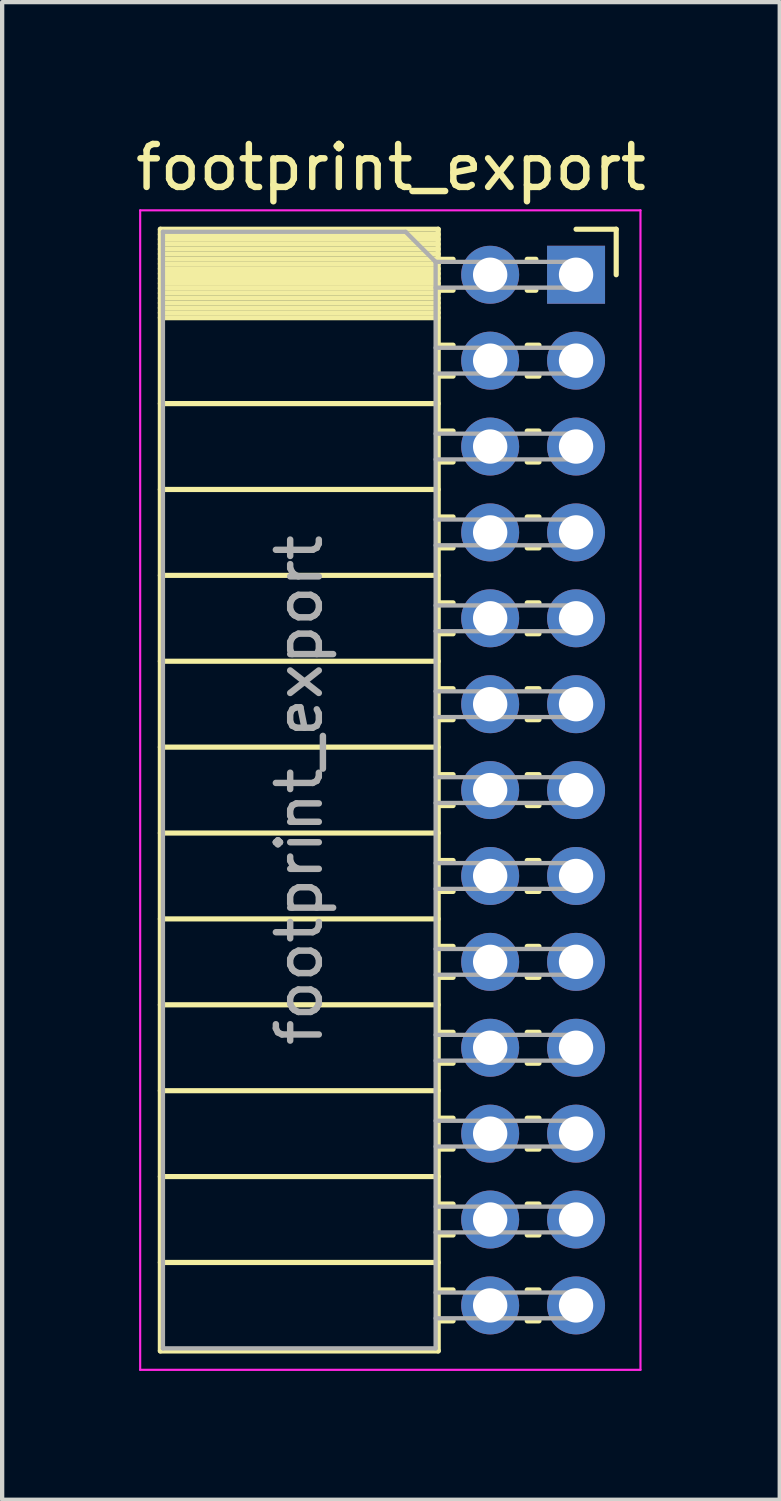
<source format=kicad_pcb>
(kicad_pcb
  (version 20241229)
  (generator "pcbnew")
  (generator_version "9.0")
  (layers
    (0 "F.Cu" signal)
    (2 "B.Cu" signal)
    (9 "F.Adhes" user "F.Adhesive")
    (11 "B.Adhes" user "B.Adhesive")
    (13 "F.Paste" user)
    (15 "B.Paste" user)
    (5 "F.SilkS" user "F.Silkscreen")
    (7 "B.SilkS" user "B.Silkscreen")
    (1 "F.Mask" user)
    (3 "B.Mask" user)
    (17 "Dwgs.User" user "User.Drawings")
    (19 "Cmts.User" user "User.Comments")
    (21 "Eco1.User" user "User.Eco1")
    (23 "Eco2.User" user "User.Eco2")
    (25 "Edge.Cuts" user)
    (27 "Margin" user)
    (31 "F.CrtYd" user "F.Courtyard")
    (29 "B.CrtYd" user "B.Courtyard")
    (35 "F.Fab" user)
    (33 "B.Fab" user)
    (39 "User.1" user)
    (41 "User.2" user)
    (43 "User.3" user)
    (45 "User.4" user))
  (footprint "footprint_export"
    (layer "F.Cu")
    (at 10.364 3.348)
    (property "Reference" "footprint_export" (at -4.31 -2.5 0) (layer "F.SilkS") (effects (font (size 1 1) (thickness 0.15))))
    (attr through_hole)
    (fp_line (start -9.68 -1.06) (end -9.68 25.06) (stroke (width 0.12) (type solid)) (layer "F.SilkS"))
    (fp_line (start -9.68 -1.06) (end -3.21 -1.06) (stroke (width 0.12) (type solid)) (layer "F.SilkS"))
    (fp_line (start -9.68 -0.94) (end -3.21 -0.94) (stroke (width 0.12) (type solid)) (layer "F.SilkS"))
    (fp_line (start -9.68 -0.826) (end -3.21 -0.826) (stroke (width 0.12) (type solid)) (layer "F.SilkS"))
    (fp_line (start -9.68 -0.712) (end -3.21 -0.712) (stroke (width 0.12) (type solid)) (layer "F.SilkS"))
    (fp_line (start -9.68 -0.598) (end -3.21 -0.598) (stroke (width 0.12) (type solid)) (layer "F.SilkS"))
    (fp_line (start -9.68 -0.484) (end -3.21 -0.484) (stroke (width 0.12) (type solid)) (layer "F.SilkS"))
    (fp_line (start -9.68 -0.369) (end -3.21 -0.369) (stroke (width 0.12) (type solid)) (layer "F.SilkS"))
    (fp_line (start -9.68 -0.255) (end -3.21 -0.255) (stroke (width 0.12) (type solid)) (layer "F.SilkS"))
    (fp_line (start -9.68 -0.141) (end -3.21 -0.141) (stroke (width 0.12) (type solid)) (layer "F.SilkS"))
    (fp_line (start -9.68 -0.027) (end -3.21 -0.027) (stroke (width 0.12) (type solid)) (layer "F.SilkS"))
    (fp_line (start -9.68 0.087) (end -3.21 0.087) (stroke (width 0.12) (type solid)) (layer "F.SilkS"))
    (fp_line (start -9.68 0.201) (end -3.21 0.201) (stroke (width 0.12) (type solid)) (layer "F.SilkS"))
    (fp_line (start -9.68 0.315) (end -3.21 0.315) (stroke (width 0.12) (type solid)) (layer "F.SilkS"))
    (fp_line (start -9.68 0.429) (end -3.21 0.429) (stroke (width 0.12) (type solid)) (layer "F.SilkS"))
    (fp_line (start -9.68 0.544) (end -3.21 0.544) (stroke (width 0.12) (type solid)) (layer "F.SilkS"))
    (fp_line (start -9.68 0.658) (end -3.21 0.658) (stroke (width 0.12) (type solid)) (layer "F.SilkS"))
    (fp_line (start -9.68 0.772) (end -3.21 0.772) (stroke (width 0.12) (type solid)) (layer "F.SilkS"))
    (fp_line (start -9.68 0.886) (end -3.21 0.886) (stroke (width 0.12) (type solid)) (layer "F.SilkS"))
    (fp_line (start -9.68 1) (end -3.21 1) (stroke (width 0.12) (type solid)) (layer "F.SilkS"))
    (fp_line (start -9.68 3) (end -3.21 3) (stroke (width 0.12) (type solid)) (layer "F.SilkS"))
    (fp_line (start -9.68 5) (end -3.21 5) (stroke (width 0.12) (type solid)) (layer "F.SilkS"))
    (fp_line (start -9.68 7) (end -3.21 7) (stroke (width 0.12) (type solid)) (layer "F.SilkS"))
    (fp_line (start -9.68 9) (end -3.21 9) (stroke (width 0.12) (type solid)) (layer "F.SilkS"))
    (fp_line (start -9.68 11) (end -3.21 11) (stroke (width 0.12) (type solid)) (layer "F.SilkS"))
    (fp_line (start -9.68 13) (end -3.21 13) (stroke (width 0.12) (type solid)) (layer "F.SilkS"))
    (fp_line (start -9.68 15) (end -3.21 15) (stroke (width 0.12) (type solid)) (layer "F.SilkS"))
    (fp_line (start -9.68 17) (end -3.21 17) (stroke (width 0.12) (type solid)) (layer "F.SilkS"))
    (fp_line (start -9.68 19) (end -3.21 19) (stroke (width 0.12) (type solid)) (layer "F.SilkS"))
    (fp_line (start -9.68 21) (end -3.21 21) (stroke (width 0.12) (type solid)) (layer "F.SilkS"))
    (fp_line (start -9.68 23) (end -3.21 23) (stroke (width 0.12) (type solid)) (layer "F.SilkS"))
    (fp_line (start -9.68 25.06) (end -3.21 25.06) (stroke (width 0.12) (type solid)) (layer "F.SilkS"))
    (fp_line (start -3.21 -1.06) (end -3.21 25.06) (stroke (width 0.12) (type solid)) (layer "F.SilkS"))
    (fp_line (start -3.21 -0.36) (end -2.863 -0.36) (stroke (width 0.12) (type solid)) (layer "F.SilkS"))
    (fp_line (start -3.21 0.36) (end -2.863 0.36) (stroke (width 0.12) (type solid)) (layer "F.SilkS"))
    (fp_line (start -3.21 1.64) (end -2.863 1.64) (stroke (width 0.12) (type solid)) (layer "F.SilkS"))
    (fp_line (start -3.21 2.36) (end -2.863 2.36) (stroke (width 0.12) (type solid)) (layer "F.SilkS"))
    (fp_line (start -3.21 3.64) (end -2.863 3.64) (stroke (width 0.12) (type solid)) (layer "F.SilkS"))
    (fp_line (start -3.21 4.36) (end -2.863 4.36) (stroke (width 0.12) (type solid)) (layer "F.SilkS"))
    (fp_line (start -3.21 5.64) (end -2.863 5.64) (stroke (width 0.12) (type solid)) (layer "F.SilkS"))
    (fp_line (start -3.21 6.36) (end -2.863 6.36) (stroke (width 0.12) (type solid)) (layer "F.SilkS"))
    (fp_line (start -3.21 7.64) (end -2.863 7.64) (stroke (width 0.12) (type solid)) (layer "F.SilkS"))
    (fp_line (start -3.21 8.36) (end -2.863 8.36) (stroke (width 0.12) (type solid)) (layer "F.SilkS"))
    (fp_line (start -3.21 9.64) (end -2.863 9.64) (stroke (width 0.12) (type solid)) (layer "F.SilkS"))
    (fp_line (start -3.21 10.36) (end -2.863 10.36) (stroke (width 0.12) (type solid)) (layer "F.SilkS"))
    (fp_line (start -3.21 11.64) (end -2.863 11.64) (stroke (width 0.12) (type solid)) (layer "F.SilkS"))
    (fp_line (start -3.21 12.36) (end -2.863 12.36) (stroke (width 0.12) (type solid)) (layer "F.SilkS"))
    (fp_line (start -3.21 13.64) (end -2.863 13.64) (stroke (width 0.12) (type solid)) (layer "F.SilkS"))
    (fp_line (start -3.21 14.36) (end -2.863 14.36) (stroke (width 0.12) (type solid)) (layer "F.SilkS"))
    (fp_line (start -3.21 15.64) (end -2.863 15.64) (stroke (width 0.12) (type solid)) (layer "F.SilkS"))
    (fp_line (start -3.21 16.36) (end -2.863 16.36) (stroke (width 0.12) (type solid)) (layer "F.SilkS"))
    (fp_line (start -3.21 17.64) (end -2.863 17.64) (stroke (width 0.12) (type solid)) (layer "F.SilkS"))
    (fp_line (start -3.21 18.36) (end -2.863 18.36) (stroke (width 0.12) (type solid)) (layer "F.SilkS"))
    (fp_line (start -3.21 19.64) (end -2.863 19.64) (stroke (width 0.12) (type solid)) (layer "F.SilkS"))
    (fp_line (start -3.21 20.36) (end -2.863 20.36) (stroke (width 0.12) (type solid)) (layer "F.SilkS"))
    (fp_line (start -3.21 21.64) (end -2.863 21.64) (stroke (width 0.12) (type solid)) (layer "F.SilkS"))
    (fp_line (start -3.21 22.36) (end -2.863 22.36) (stroke (width 0.12) (type solid)) (layer "F.SilkS"))
    (fp_line (start -3.21 23.64) (end -2.863 23.64) (stroke (width 0.12) (type solid)) (layer "F.SilkS"))
    (fp_line (start -3.21 24.36) (end -2.863 24.36) (stroke (width 0.12) (type solid)) (layer "F.SilkS"))
    (fp_line (start -1.137 -0.36) (end -0.935 -0.36) (stroke (width 0.12) (type solid)) (layer "F.SilkS"))
    (fp_line (start -1.137 0.36) (end -0.935 0.36) (stroke (width 0.12) (type solid)) (layer "F.SilkS"))
    (fp_line (start -1.137 1.64) (end -0.863 1.64) (stroke (width 0.12) (type solid)) (layer "F.SilkS"))
    (fp_line (start -1.137 2.36) (end -0.863 2.36) (stroke (width 0.12) (type solid)) (layer "F.SilkS"))
    (fp_line (start -1.137 3.64) (end -0.863 3.64) (stroke (width 0.12) (type solid)) (layer "F.SilkS"))
    (fp_line (start -1.137 4.36) (end -0.863 4.36) (stroke (width 0.12) (type solid)) (layer "F.SilkS"))
    (fp_line (start -1.137 5.64) (end -0.863 5.64) (stroke (width 0.12) (type solid)) (layer "F.SilkS"))
    (fp_line (start -1.137 6.36) (end -0.863 6.36) (stroke (width 0.12) (type solid)) (layer "F.SilkS"))
    (fp_line (start -1.137 7.64) (end -0.863 7.64) (stroke (width 0.12) (type solid)) (layer "F.SilkS"))
    (fp_line (start -1.137 8.36) (end -0.863 8.36) (stroke (width 0.12) (type solid)) (layer "F.SilkS"))
    (fp_line (start -1.137 9.64) (end -0.863 9.64) (stroke (width 0.12) (type solid)) (layer "F.SilkS"))
    (fp_line (start -1.137 10.36) (end -0.863 10.36) (stroke (width 0.12) (type solid)) (layer "F.SilkS"))
    (fp_line (start -1.137 11.64) (end -0.863 11.64) (stroke (width 0.12) (type solid)) (layer "F.SilkS"))
    (fp_line (start -1.137 12.36) (end -0.863 12.36) (stroke (width 0.12) (type solid)) (layer "F.SilkS"))
    (fp_line (start -1.137 13.64) (end -0.863 13.64) (stroke (width 0.12) (type solid)) (layer "F.SilkS"))
    (fp_line (start -1.137 14.36) (end -0.863 14.36) (stroke (width 0.12) (type solid)) (layer "F.SilkS"))
    (fp_line (start -1.137 15.64) (end -0.863 15.64) (stroke (width 0.12) (type solid)) (layer "F.SilkS"))
    (fp_line (start -1.137 16.36) (end -0.863 16.36) (stroke (width 0.12) (type solid)) (layer "F.SilkS"))
    (fp_line (start -1.137 17.64) (end -0.863 17.64) (stroke (width 0.12) (type solid)) (layer "F.SilkS"))
    (fp_line (start -1.137 18.36) (end -0.863 18.36) (stroke (width 0.12) (type solid)) (layer "F.SilkS"))
    (fp_line (start -1.137 19.64) (end -0.863 19.64) (stroke (width 0.12) (type solid)) (layer "F.SilkS"))
    (fp_line (start -1.137 20.36) (end -0.863 20.36) (stroke (width 0.12) (type solid)) (layer "F.SilkS"))
    (fp_line (start -1.137 21.64) (end -0.863 21.64) (stroke (width 0.12) (type solid)) (layer "F.SilkS"))
    (fp_line (start -1.137 22.36) (end -0.863 22.36) (stroke (width 0.12) (type solid)) (layer "F.SilkS"))
    (fp_line (start -1.137 23.64) (end -0.863 23.64) (stroke (width 0.12) (type solid)) (layer "F.SilkS"))
    (fp_line (start -1.137 24.36) (end -0.863 24.36) (stroke (width 0.12) (type solid)) (layer "F.SilkS"))
    (fp_line (start 0 -1.06) (end 0.935 -1.06) (stroke (width 0.12) (type solid)) (layer "F.SilkS"))
    (fp_line (start 0.935 -1.06) (end 0.935 0) (stroke (width 0.12) (type solid)) (layer "F.SilkS"))
    (fp_line (start -10.15 -1.5) (end -10.15 25.5) (stroke (width 0.05) (type solid)) (layer "F.CrtYd"))
    (fp_line (start -10.15 25.5) (end 1.5 25.5) (stroke (width 0.05) (type solid)) (layer "F.CrtYd"))
    (fp_line (start 1.5 -1.5) (end -10.15 -1.5) (stroke (width 0.05) (type solid)) (layer "F.CrtYd"))
    (fp_line (start 1.5 25.5) (end 1.5 -1.5) (stroke (width 0.05) (type solid)) (layer "F.CrtYd"))
    (fp_line (start -9.62 -1) (end -3.97 -1) (stroke (width 0.1) (type solid)) (layer "F.Fab"))
    (fp_line (start -9.62 25) (end -9.62 -1) (stroke (width 0.1) (type solid)) (layer "F.Fab"))
    (fp_line (start -3.97 -1) (end -3.27 -0.3) (stroke (width 0.1) (type solid)) (layer "F.Fab"))
    (fp_line (start -3.27 -0.3) (end -3.27 25) (stroke (width 0.1) (type solid)) (layer "F.Fab"))
    (fp_line (start -3.27 0.3) (end 0 0.3) (stroke (width 0.1) (type solid)) (layer "F.Fab"))
    (fp_line (start -3.27 2.3) (end 0 2.3) (stroke (width 0.1) (type solid)) (layer "F.Fab"))
    (fp_line (start -3.27 4.3) (end 0 4.3) (stroke (width 0.1) (type solid)) (layer "F.Fab"))
    (fp_line (start -3.27 6.3) (end 0 6.3) (stroke (width 0.1) (type solid)) (layer "F.Fab"))
    (fp_line (start -3.27 8.3) (end 0 8.3) (stroke (width 0.1) (type solid)) (layer "F.Fab"))
    (fp_line (start -3.27 10.3) (end 0 10.3) (stroke (width 0.1) (type solid)) (layer "F.Fab"))
    (fp_line (start -3.27 12.3) (end 0 12.3) (stroke (width 0.1) (type solid)) (layer "F.Fab"))
    (fp_line (start -3.27 14.3) (end 0 14.3) (stroke (width 0.1) (type solid)) (layer "F.Fab"))
    (fp_line (start -3.27 16.3) (end 0 16.3) (stroke (width 0.1) (type solid)) (layer "F.Fab"))
    (fp_line (start -3.27 18.3) (end 0 18.3) (stroke (width 0.1) (type solid)) (layer "F.Fab"))
    (fp_line (start -3.27 20.3) (end 0 20.3) (stroke (width 0.1) (type solid)) (layer "F.Fab"))
    (fp_line (start -3.27 22.3) (end 0 22.3) (stroke (width 0.1) (type solid)) (layer "F.Fab"))
    (fp_line (start -3.27 24.3) (end 0 24.3) (stroke (width 0.1) (type solid)) (layer "F.Fab"))
    (fp_line (start -3.27 25) (end -9.62 25) (stroke (width 0.1) (type solid)) (layer "F.Fab"))
    (fp_line (start 0 -0.3) (end -3.27 -0.3) (stroke (width 0.1) (type solid)) (layer "F.Fab"))
    (fp_line (start 0 0.3) (end 0 -0.3) (stroke (width 0.1) (type solid)) (layer "F.Fab"))
    (fp_line (start 0 1.7) (end -3.27 1.7) (stroke (width 0.1) (type solid)) (layer "F.Fab"))
    (fp_line (start 0 2.3) (end 0 1.7) (stroke (width 0.1) (type solid)) (layer "F.Fab"))
    (fp_line (start 0 3.7) (end -3.27 3.7) (stroke (width 0.1) (type solid)) (layer "F.Fab"))
    (fp_line (start 0 4.3) (end 0 3.7) (stroke (width 0.1) (type solid)) (layer "F.Fab"))
    (fp_line (start 0 5.7) (end -3.27 5.7) (stroke (width 0.1) (type solid)) (layer "F.Fab"))
    (fp_line (start 0 6.3) (end 0 5.7) (stroke (width 0.1) (type solid)) (layer "F.Fab"))
    (fp_line (start 0 7.7) (end -3.27 7.7) (stroke (width 0.1) (type solid)) (layer "F.Fab"))
    (fp_line (start 0 8.3) (end 0 7.7) (stroke (width 0.1) (type solid)) (layer "F.Fab"))
    (fp_line (start 0 9.7) (end -3.27 9.7) (stroke (width 0.1) (type solid)) (layer "F.Fab"))
    (fp_line (start 0 10.3) (end 0 9.7) (stroke (width 0.1) (type solid)) (layer "F.Fab"))
    (fp_line (start 0 11.7) (end -3.27 11.7) (stroke (width 0.1) (type solid)) (layer "F.Fab"))
    (fp_line (start 0 12.3) (end 0 11.7) (stroke (width 0.1) (type solid)) (layer "F.Fab"))
    (fp_line (start 0 13.7) (end -3.27 13.7) (stroke (width 0.1) (type solid)) (layer "F.Fab"))
    (fp_line (start 0 14.3) (end 0 13.7) (stroke (width 0.1) (type solid)) (layer "F.Fab"))
    (fp_line (start 0 15.7) (end -3.27 15.7) (stroke (width 0.1) (type solid)) (layer "F.Fab"))
    (fp_line (start 0 16.3) (end 0 15.7) (stroke (width 0.1) (type solid)) (layer "F.Fab"))
    (fp_line (start 0 17.7) (end -3.27 17.7) (stroke (width 0.1) (type solid)) (layer "F.Fab"))
    (fp_line (start 0 18.3) (end 0 17.7) (stroke (width 0.1) (type solid)) (layer "F.Fab"))
    (fp_line (start 0 19.7) (end -3.27 19.7) (stroke (width 0.1) (type solid)) (layer "F.Fab"))
    (fp_line (start 0 20.3) (end 0 19.7) (stroke (width 0.1) (type solid)) (layer "F.Fab"))
    (fp_line (start 0 21.7) (end -3.27 21.7) (stroke (width 0.1) (type solid)) (layer "F.Fab"))
    (fp_line (start 0 22.3) (end 0 21.7) (stroke (width 0.1) (type solid)) (layer "F.Fab"))
    (fp_line (start 0 23.7) (end -3.27 23.7) (stroke (width 0.1) (type solid)) (layer "F.Fab"))
    (fp_line (start 0 24.3) (end 0 23.7) (stroke (width 0.1) (type solid)) (layer "F.Fab"))
    (fp_text user "${REFERENCE}" (at -6.445 12 90) (layer "F.Fab") (effects (font (size 1 1) (thickness 0.15))))
    (pad "1" thru_hole rect (at 0 0) (size 1.35 1.35) (drill 0.8) (layers "*.Cu" "*.Mask"))
    (pad "2" thru_hole oval (at -2 0) (size 1.35 1.35) (drill 0.8) (layers "*.Cu" "*.Mask"))
    (pad "3" thru_hole oval (at 0 2) (size 1.35 1.35) (drill 0.8) (layers "*.Cu" "*.Mask"))
    (pad "4" thru_hole oval (at -2 2) (size 1.35 1.35) (drill 0.8) (layers "*.Cu" "*.Mask"))
    (pad "5" thru_hole oval (at 0 4) (size 1.35 1.35) (drill 0.8) (layers "*.Cu" "*.Mask"))
    (pad "6" thru_hole oval (at -2 4) (size 1.35 1.35) (drill 0.8) (layers "*.Cu" "*.Mask"))
    (pad "7" thru_hole oval (at 0 6) (size 1.35 1.35) (drill 0.8) (layers "*.Cu" "*.Mask"))
    (pad "8" thru_hole oval (at -2 6) (size 1.35 1.35) (drill 0.8) (layers "*.Cu" "*.Mask"))
    (pad "9" thru_hole oval (at 0 8) (size 1.35 1.35) (drill 0.8) (layers "*.Cu" "*.Mask"))
    (pad "10" thru_hole oval (at -2 8) (size 1.35 1.35) (drill 0.8) (layers "*.Cu" "*.Mask"))
    (pad "11" thru_hole oval (at 0 10) (size 1.35 1.35) (drill 0.8) (layers "*.Cu" "*.Mask"))
    (pad "12" thru_hole oval (at -2 10) (size 1.35 1.35) (drill 0.8) (layers "*.Cu" "*.Mask"))
    (pad "13" thru_hole oval (at 0 12) (size 1.35 1.35) (drill 0.8) (layers "*.Cu" "*.Mask"))
    (pad "14" thru_hole oval (at -2 12) (size 1.35 1.35) (drill 0.8) (layers "*.Cu" "*.Mask"))
    (pad "15" thru_hole oval (at 0 14) (size 1.35 1.35) (drill 0.8) (layers "*.Cu" "*.Mask"))
    (pad "16" thru_hole oval (at -2 14) (size 1.35 1.35) (drill 0.8) (layers "*.Cu" "*.Mask"))
    (pad "17" thru_hole oval (at 0 16) (size 1.35 1.35) (drill 0.8) (layers "*.Cu" "*.Mask"))
    (pad "18" thru_hole oval (at -2 16) (size 1.35 1.35) (drill 0.8) (layers "*.Cu" "*.Mask"))
    (pad "19" thru_hole oval (at 0 18) (size 1.35 1.35) (drill 0.8) (layers "*.Cu" "*.Mask"))
    (pad "20" thru_hole oval (at -2 18) (size 1.35 1.35) (drill 0.8) (layers "*.Cu" "*.Mask"))
    (pad "21" thru_hole oval (at 0 20) (size 1.35 1.35) (drill 0.8) (layers "*.Cu" "*.Mask"))
    (pad "22" thru_hole oval (at -2 20) (size 1.35 1.35) (drill 0.8) (layers "*.Cu" "*.Mask"))
    (pad "23" thru_hole oval (at 0 22) (size 1.35 1.35) (drill 0.8) (layers "*.Cu" "*.Mask"))
    (pad "24" thru_hole oval (at -2 22) (size 1.35 1.35) (drill 0.8) (layers "*.Cu" "*.Mask"))
    (pad "25" thru_hole oval (at 0 24) (size 1.35 1.35) (drill 0.8) (layers "*.Cu" "*.Mask"))
    (pad "26" thru_hole oval (at -2 24) (size 1.35 1.35) (drill 0.8) (layers "*.Cu" "*.Mask")))
  (gr_rect
    (start -3 -3)
    (end 15.107 31.873)
    (stroke (width 0.1) (type default))
    (fill no)
    (layer "Edge.Cuts")))
</source>
